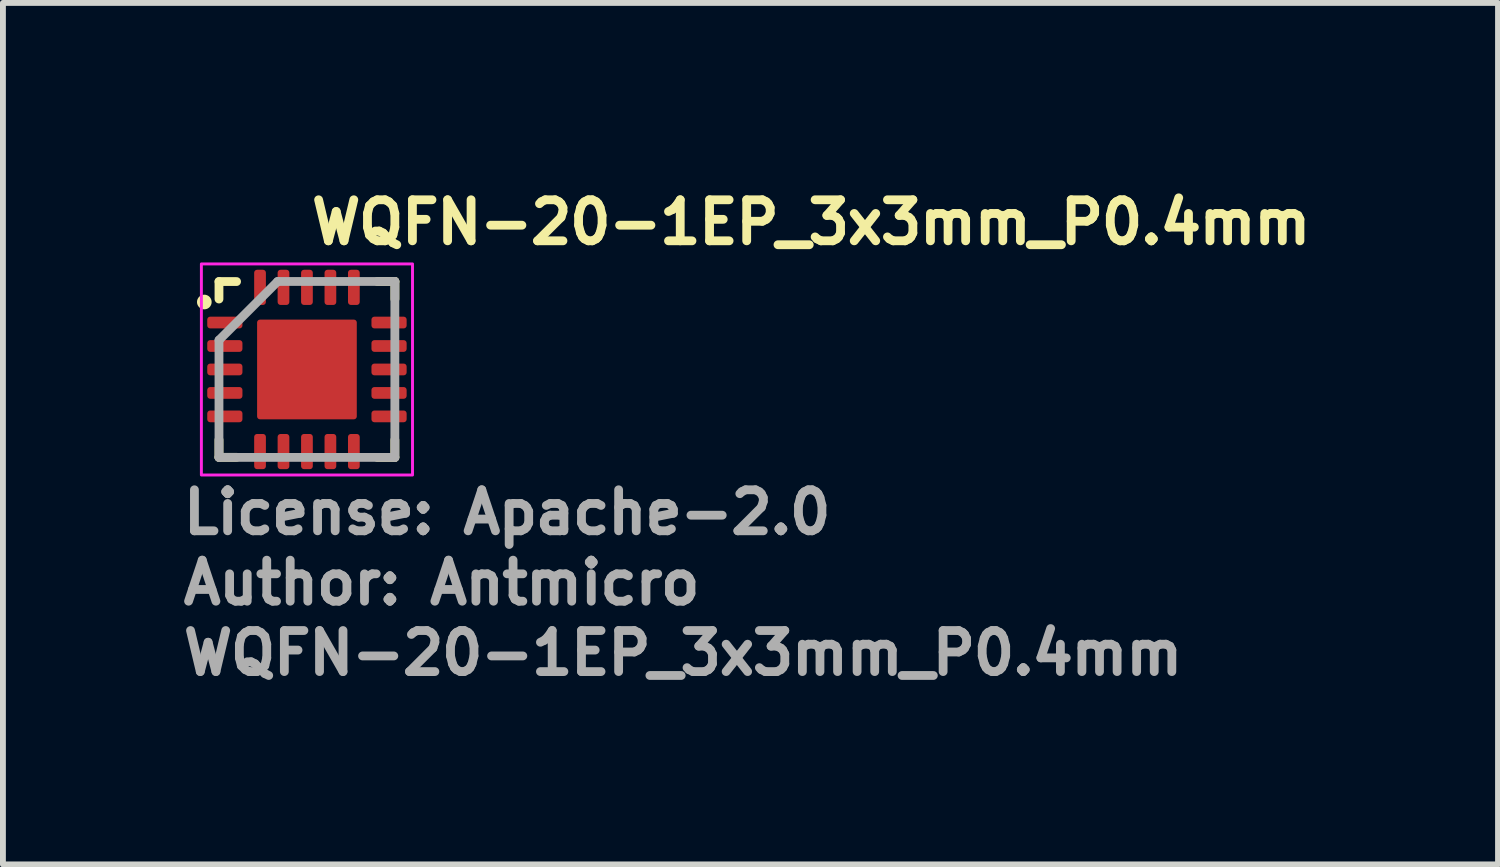
<source format=kicad_pcb>
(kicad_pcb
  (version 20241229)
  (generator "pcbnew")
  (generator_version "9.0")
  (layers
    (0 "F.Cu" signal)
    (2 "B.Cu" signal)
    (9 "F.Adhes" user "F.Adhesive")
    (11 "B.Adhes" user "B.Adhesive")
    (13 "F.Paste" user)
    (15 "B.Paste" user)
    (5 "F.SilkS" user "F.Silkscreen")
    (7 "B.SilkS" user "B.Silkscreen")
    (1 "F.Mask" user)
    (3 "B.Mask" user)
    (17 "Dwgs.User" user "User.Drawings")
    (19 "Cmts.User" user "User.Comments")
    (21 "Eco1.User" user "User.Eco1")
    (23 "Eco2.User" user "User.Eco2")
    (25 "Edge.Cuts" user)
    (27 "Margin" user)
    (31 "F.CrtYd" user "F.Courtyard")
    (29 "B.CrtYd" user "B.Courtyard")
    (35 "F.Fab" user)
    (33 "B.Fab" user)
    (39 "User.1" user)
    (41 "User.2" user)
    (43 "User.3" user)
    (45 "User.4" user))
  (footprint "WQFN-20-1EP_3x3mm_P0.4mm"
    (layer "F.Cu")
    (at 2.184 3.25)
    (property "Reference" "WQFN-20-1EP_3x3mm_P0.4mm" (at 0 -2.1 0) (layer "F.SilkS") (effects (font (size 0.7 0.7) (thickness 0.15)) (justify left bottom)))
    (attr smd)
    (fp_line (start -1.5 -1.499) (end -1.2 -1.499) (stroke (width 0.15) (type solid)) (layer "F.SilkS"))
    (fp_line (start -1.5 -1.201) (end -1.5 -1.499) (stroke (width 0.15) (type solid)) (layer "F.SilkS"))
    (fp_line (start -1.5 1.498) (end -1.5 1.2) (stroke (width 0.15) (type solid)) (layer "F.SilkS"))
    (fp_line (start -1.2 1.498) (end -1.5 1.498) (stroke (width 0.15) (type solid)) (layer "F.SilkS"))
    (fp_line (start 1.201 1.5) (end 1.499 1.5) (stroke (width 0.15) (type solid)) (layer "F.SilkS"))
    (fp_line (start 1.202 -1.5) (end 1.5 -1.5) (stroke (width 0.15) (type solid)) (layer "F.SilkS"))
    (fp_line (start 1.499 1.5) (end 1.499 1.202) (stroke (width 0.15) (type solid)) (layer "F.SilkS"))
    (fp_line (start 1.5 -1.5) (end 1.5 -1.2) (stroke (width 0.15) (type solid)) (layer "F.SilkS"))
    (fp_circle (center -1.75 -1.15) (end -1.7 -1.15) (stroke (width 0.15) (type solid)) (fill yes) (layer "F.SilkS"))
    (fp_rect (start -1.8 -1.8) (end 1.8 1.8) (stroke (width 0.05) (type solid)) (fill no) (layer "F.CrtYd"))
    (fp_line (start -1.5 -0.5) (end -1.5 1.499) (stroke (width 0.15) (type solid)) (layer "F.Fab"))
    (fp_line (start -1.5 1.499) (end 1.499 1.499) (stroke (width 0.15) (type solid)) (layer "F.Fab"))
    (fp_line (start -0.5 -1.5) (end -1.5 -0.5) (stroke (width 0.15) (type solid)) (layer "F.Fab"))
    (fp_line (start 1.499 -1.5) (end -0.5 -1.5) (stroke (width 0.15) (type solid)) (layer "F.Fab"))
    (fp_line (start 1.499 1.499) (end 1.499 -1.5) (stroke (width 0.15) (type solid)) (layer "F.Fab"))
    (fp_rect (start -1.5 -1.5) (end 1.499 1.499) (stroke (width 0.1) (type solid)) (fill no) (layer "User.5"))
    (fp_rect (start -1.5 -1.5) (end 1.499 1.499) (stroke (width 0.1) (type solid)) (fill no) (layer "User.5"))
    (fp_line (start -1.5 -0.952) (end -1.5 -0.85) (stroke (width 0.02) (type solid)) (layer "User.9"))
    (fp_line (start -1.5 -0.85) (end -1.45 -0.85) (stroke (width 0.02) (type solid)) (layer "User.9"))
    (fp_line (start -1.5 -0.5) (end -1.5 -0.403) (stroke (width 0.02) (type solid)) (layer "User.9"))
    (fp_line (start -1.5 -0.403) (end -1.45 -0.403) (stroke (width 0.02) (type solid)) (layer "User.9"))
    (fp_line (start -1.5 -0.053) (end -1.5 0.05) (stroke (width 0.02) (type solid)) (layer "User.9"))
    (fp_line (start -1.5 0.05) (end -1.45 0.05) (stroke (width 0.02) (type solid)) (layer "User.9"))
    (fp_line (start -1.5 0.4) (end -1.5 0.497) (stroke (width 0.02) (type solid)) (layer "User.9"))
    (fp_line (start -1.5 0.497) (end -1.45 0.497) (stroke (width 0.02) (type solid)) (layer "User.9"))
    (fp_line (start -1.5 0.847) (end -1.5 0.949) (stroke (width 0.02) (type solid)) (layer "User.9"))
    (fp_line (start -1.5 0.949) (end -1.45 0.949) (stroke (width 0.02) (type solid)) (layer "User.9"))
    (fp_line (start -1.45 -1.45) (end -1.45 1.449) (stroke (width 0.02) (type solid)) (layer "User.9"))
    (fp_line (start -1.45 -1.45) (end 1.449 -1.45) (stroke (width 0.02) (type solid)) (layer "User.9"))
    (fp_line (start -1.45 -0.952) (end -1.5 -0.952) (stroke (width 0.02) (type solid)) (layer "User.9"))
    (fp_line (start -1.45 -0.5) (end -1.5 -0.5) (stroke (width 0.02) (type solid)) (layer "User.9"))
    (fp_line (start -1.45 -0.053) (end -1.5 -0.053) (stroke (width 0.02) (type solid)) (layer "User.9"))
    (fp_line (start -1.45 0.4) (end -1.5 0.4) (stroke (width 0.02) (type solid)) (layer "User.9"))
    (fp_line (start -1.45 0.847) (end -1.5 0.847) (stroke (width 0.02) (type solid)) (layer "User.9"))
    (fp_line (start -1.45 1.449) (end 1.449 1.449) (stroke (width 0.02) (type solid)) (layer "User.9"))
    (fp_line (start -1.101 -1.012) (end -1.101 -1.006) (stroke (width 0.02) (type solid)) (layer "User.9"))
    (fp_line (start -1.101 -1.006) (end -1.101 -1) (stroke (width 0.02) (type solid)) (layer "User.9"))
    (fp_line (start -1.101 -1) (end -1.101 -1) (stroke (width 0.02) (type solid)) (layer "User.9"))
    (fp_line (start -1.101 -1) (end -1.101 -0.995) (stroke (width 0.02) (type solid)) (layer "User.9"))
    (fp_line (start -1.101 -0.995) (end -1.101 -0.99) (stroke (width 0.02) (type solid)) (layer "User.9"))
    (fp_line (start -1.101 -0.99) (end -1.099 -0.985) (stroke (width 0.02) (type solid)) (layer "User.9"))
    (fp_line (start -1.099 -1.022) (end -1.099 -1.016) (stroke (width 0.02) (type solid)) (layer "User.9"))
    (fp_line (start -1.099 -1.016) (end -1.101 -1.012) (stroke (width 0.02) (type solid)) (layer "User.9"))
    (fp_line (start -1.099 -0.985) (end -1.099 -0.98) (stroke (width 0.02) (type solid)) (layer "User.9"))
    (fp_line (start -1.099 -0.98) (end -1.097 -0.976) (stroke (width 0.02) (type solid)) (layer "User.9"))
    (fp_line (start -1.097 -1.031) (end -1.097 -1.025) (stroke (width 0.02) (type solid)) (layer "User.9"))
    (fp_line (start -1.097 -1.025) (end -1.099 -1.022) (stroke (width 0.02) (type solid)) (layer "User.9"))
    (fp_line (start -1.097 -0.976) (end -1.097 -0.971) (stroke (width 0.02) (type solid)) (layer "User.9"))
    (fp_line (start -1.097 -0.971) (end -1.095 -0.966) (stroke (width 0.02) (type solid)) (layer "User.9"))
    (fp_line (start -1.095 -1.035) (end -1.097 -1.031) (stroke (width 0.02) (type solid)) (layer "User.9"))
    (fp_line (start -1.095 -0.966) (end -1.093 -0.962) (stroke (width 0.02) (type solid)) (layer "User.9"))
    (fp_line (start -1.093 -1.039) (end -1.095 -1.035) (stroke (width 0.02) (type solid)) (layer "User.9"))
    (fp_line (start -1.093 -0.962) (end -1.091 -0.959) (stroke (width 0.02) (type solid)) (layer "User.9"))
    (fp_line (start -1.091 -1.045) (end -1.093 -1.039) (stroke (width 0.02) (type solid)) (layer "User.9"))
    (fp_line (start -1.091 -0.959) (end -1.089 -0.955) (stroke (width 0.02) (type solid)) (layer "User.9"))
    (fp_line (start -1.089 -1.049) (end -1.091 -1.045) (stroke (width 0.02) (type solid)) (layer "User.9"))
    (fp_line (start -1.089 -0.955) (end -1.087 -0.951) (stroke (width 0.02) (type solid)) (layer "User.9"))
    (fp_line (start -1.087 -1.053) (end -1.089 -1.049) (stroke (width 0.02) (type solid)) (layer "User.9"))
    (fp_line (start -1.087 -0.951) (end -1.083 -0.947) (stroke (width 0.02) (type solid)) (layer "User.9"))
    (fp_line (start -1.083 -1.057) (end -1.087 -1.053) (stroke (width 0.02) (type solid)) (layer "User.9"))
    (fp_line (start -1.083 -0.947) (end -1.081 -0.943) (stroke (width 0.02) (type solid)) (layer "User.9"))
    (fp_line (start -1.081 -1.061) (end -1.083 -1.057) (stroke (width 0.02) (type solid)) (layer "User.9"))
    (fp_line (start -1.081 -0.943) (end -1.079 -0.939) (stroke (width 0.02) (type solid)) (layer "User.9"))
    (fp_line (start -1.079 -1.065) (end -1.081 -1.061) (stroke (width 0.02) (type solid)) (layer "User.9"))
    (fp_line (start -1.079 -0.939) (end -1.075 -0.935) (stroke (width 0.02) (type solid)) (layer "User.9"))
    (fp_line (start -1.075 -1.069) (end -1.079 -1.065) (stroke (width 0.02) (type solid)) (layer "User.9"))
    (fp_line (start -1.075 -0.935) (end -1.071 -0.932) (stroke (width 0.02) (type solid)) (layer "User.9"))
    (fp_line (start -1.071 -1.071) (end -1.075 -1.069) (stroke (width 0.02) (type solid)) (layer "User.9"))
    (fp_line (start -1.071 -0.932) (end -1.069 -0.928) (stroke (width 0.02) (type solid)) (layer "User.9"))
    (fp_line (start -1.069 -1.075) (end -1.071 -1.071) (stroke (width 0.02) (type solid)) (layer "User.9"))
    (fp_line (start -1.069 -0.928) (end -1.065 -0.925) (stroke (width 0.02) (type solid)) (layer "User.9"))
    (fp_line (start -1.065 -1.079) (end -1.069 -1.075) (stroke (width 0.02) (type solid)) (layer "User.9"))
    (fp_line (start -1.065 -0.925) (end -1.061 -0.922) (stroke (width 0.02) (type solid)) (layer "User.9"))
    (fp_line (start -1.061 -1.081) (end -1.065 -1.079) (stroke (width 0.02) (type solid)) (layer "User.9"))
    (fp_line (start -1.061 -0.922) (end -1.057 -0.92) (stroke (width 0.02) (type solid)) (layer "User.9"))
    (fp_line (start -1.057 -1.083) (end -1.061 -1.081) (stroke (width 0.02) (type solid)) (layer "User.9"))
    (fp_line (start -1.057 -0.92) (end -1.053 -0.917) (stroke (width 0.02) (type solid)) (layer "User.9"))
    (fp_line (start -1.053 -1.087) (end -1.057 -1.083) (stroke (width 0.02) (type solid)) (layer "User.9"))
    (fp_line (start -1.053 -0.917) (end -1.049 -0.915) (stroke (width 0.02) (type solid)) (layer "User.9"))
    (fp_line (start -1.049 -1.089) (end -1.053 -1.087) (stroke (width 0.02) (type solid)) (layer "User.9"))
    (fp_line (start -1.049 -0.915) (end -1.045 -0.912) (stroke (width 0.02) (type solid)) (layer "User.9"))
    (fp_line (start -1.045 -1.091) (end -1.049 -1.089) (stroke (width 0.02) (type solid)) (layer "User.9"))
    (fp_line (start -1.045 -0.912) (end -1.039 -0.91) (stroke (width 0.02) (type solid)) (layer "User.9"))
    (fp_line (start -1.039 -1.093) (end -1.045 -1.091) (stroke (width 0.02) (type solid)) (layer "User.9"))
    (fp_line (start -1.039 -0.91) (end -1.035 -0.909) (stroke (width 0.02) (type solid)) (layer "User.9"))
    (fp_line (start -1.035 -1.095) (end -1.039 -1.093) (stroke (width 0.02) (type solid)) (layer "User.9"))
    (fp_line (start -1.035 -0.909) (end -1.031 -0.907) (stroke (width 0.02) (type solid)) (layer "User.9"))
    (fp_line (start -1.031 -1.097) (end -1.035 -1.095) (stroke (width 0.02) (type solid)) (layer "User.9"))
    (fp_line (start -1.031 -0.907) (end -1.025 -0.906) (stroke (width 0.02) (type solid)) (layer "User.9"))
    (fp_line (start -1.025 -1.097) (end -1.031 -1.097) (stroke (width 0.02) (type solid)) (layer "User.9"))
    (fp_line (start -1.025 -0.906) (end -1.022 -0.905) (stroke (width 0.02) (type solid)) (layer "User.9"))
    (fp_line (start -1.022 -1.099) (end -1.025 -1.097) (stroke (width 0.02) (type solid)) (layer "User.9"))
    (fp_line (start -1.022 -0.905) (end -1.016 -0.904) (stroke (width 0.02) (type solid)) (layer "User.9"))
    (fp_line (start -1.016 -1.099) (end -1.022 -1.099) (stroke (width 0.02) (type solid)) (layer "User.9"))
    (fp_line (start -1.016 -0.904) (end -1.012 -0.903) (stroke (width 0.02) (type solid)) (layer "User.9"))
    (fp_line (start -1.012 -1.101) (end -1.016 -1.099) (stroke (width 0.02) (type solid)) (layer "User.9"))
    (fp_line (start -1.012 -0.903) (end -1.006 -0.903) (stroke (width 0.02) (type solid)) (layer "User.9"))
    (fp_line (start -1.006 -1.101) (end -1.012 -1.101) (stroke (width 0.02) (type solid)) (layer "User.9"))
    (fp_line (start -1.006 -0.903) (end -1 -0.903) (stroke (width 0.02) (type solid)) (layer "User.9"))
    (fp_line (start -1 -1.101) (end -1.006 -1.101) (stroke (width 0.02) (type solid)) (layer "User.9"))
    (fp_line (start -1 -1.101) (end -1 -1.101) (stroke (width 0.02) (type solid)) (layer "User.9"))
    (fp_line (start -1 -0.903) (end -1 -0.903) (stroke (width 0.02) (type solid)) (layer "User.9"))
    (fp_line (start -1 -0.903) (end -0.995 -0.903) (stroke (width 0.02) (type solid)) (layer "User.9"))
    (fp_line (start -0.995 -1.101) (end -1 -1.101) (stroke (width 0.02) (type solid)) (layer "User.9"))
    (fp_line (start -0.995 -0.903) (end -0.99 -0.903) (stroke (width 0.02) (type solid)) (layer "User.9"))
    (fp_line (start -0.99 -1.101) (end -0.995 -1.101) (stroke (width 0.02) (type solid)) (layer "User.9"))
    (fp_line (start -0.99 -0.903) (end -0.985 -0.904) (stroke (width 0.02) (type solid)) (layer "User.9"))
    (fp_line (start -0.985 -1.099) (end -0.99 -1.101) (stroke (width 0.02) (type solid)) (layer "User.9"))
    (fp_line (start -0.985 -0.904) (end -0.98 -0.905) (stroke (width 0.02) (type solid)) (layer "User.9"))
    (fp_line (start -0.98 -1.099) (end -0.985 -1.099) (stroke (width 0.02) (type solid)) (layer "User.9"))
    (fp_line (start -0.98 -0.905) (end -0.976 -0.906) (stroke (width 0.02) (type solid)) (layer "User.9"))
    (fp_line (start -0.976 -1.097) (end -0.98 -1.099) (stroke (width 0.02) (type solid)) (layer "User.9"))
    (fp_line (start -0.976 -0.906) (end -0.971 -0.907) (stroke (width 0.02) (type solid)) (layer "User.9"))
    (fp_line (start -0.971 -1.097) (end -0.976 -1.097) (stroke (width 0.02) (type solid)) (layer "User.9"))
    (fp_line (start -0.971 -0.907) (end -0.966 -0.909) (stroke (width 0.02) (type solid)) (layer "User.9"))
    (fp_line (start -0.966 -1.095) (end -0.971 -1.097) (stroke (width 0.02) (type solid)) (layer "User.9"))
    (fp_line (start -0.966 -0.909) (end -0.962 -0.91) (stroke (width 0.02) (type solid)) (layer "User.9"))
    (fp_line (start -0.962 -1.093) (end -0.966 -1.095) (stroke (width 0.02) (type solid)) (layer "User.9"))
    (fp_line (start -0.962 -0.91) (end -0.959 -0.912) (stroke (width 0.02) (type solid)) (layer "User.9"))
    (fp_line (start -0.959 -1.091) (end -0.962 -1.093) (stroke (width 0.02) (type solid)) (layer "User.9"))
    (fp_line (start -0.959 -0.912) (end -0.955 -0.915) (stroke (width 0.02) (type solid)) (layer "User.9"))
    (fp_line (start -0.955 -1.089) (end -0.959 -1.091) (stroke (width 0.02) (type solid)) (layer "User.9"))
    (fp_line (start -0.955 -0.915) (end -0.951 -0.917) (stroke (width 0.02) (type solid)) (layer "User.9"))
    (fp_line (start -0.952 -1.5) (end -0.952 -1.45) (stroke (width 0.02) (type solid)) (layer "User.9"))
    (fp_line (start -0.952 1.449) (end -0.952 1.499) (stroke (width 0.02) (type solid)) (layer "User.9"))
    (fp_line (start -0.952 1.499) (end -0.85 1.499) (stroke (width 0.02) (type solid)) (layer "User.9"))
    (fp_line (start -0.951 -1.087) (end -0.955 -1.089) (stroke (width 0.02) (type solid)) (layer "User.9"))
    (fp_line (start -0.951 -0.917) (end -0.947 -0.92) (stroke (width 0.02) (type solid)) (layer "User.9"))
    (fp_line (start -0.947 -1.083) (end -0.951 -1.087) (stroke (width 0.02) (type solid)) (layer "User.9"))
    (fp_line (start -0.947 -0.92) (end -0.943 -0.922) (stroke (width 0.02) (type solid)) (layer "User.9"))
    (fp_line (start -0.943 -1.081) (end -0.947 -1.083) (stroke (width 0.02) (type solid)) (layer "User.9"))
    (fp_line (start -0.943 -0.922) (end -0.939 -0.925) (stroke (width 0.02) (type solid)) (layer "User.9"))
    (fp_line (start -0.939 -1.079) (end -0.943 -1.081) (stroke (width 0.02) (type solid)) (layer "User.9"))
    (fp_line (start -0.939 -0.925) (end -0.935 -0.928) (stroke (width 0.02) (type solid)) (layer "User.9"))
    (fp_line (start -0.935 -1.075) (end -0.939 -1.079) (stroke (width 0.02) (type solid)) (layer "User.9"))
    (fp_line (start -0.935 -0.928) (end -0.932 -0.932) (stroke (width 0.02) (type solid)) (layer "User.9"))
    (fp_line (start -0.932 -1.071) (end -0.935 -1.075) (stroke (width 0.02) (type solid)) (layer "User.9"))
    (fp_line (start -0.932 -0.932) (end -0.928 -0.935) (stroke (width 0.02) (type solid)) (layer "User.9"))
    (fp_line (start -0.928 -1.069) (end -0.932 -1.071) (stroke (width 0.02) (type solid)) (layer "User.9"))
    (fp_line (start -0.928 -0.935) (end -0.925 -0.939) (stroke (width 0.02) (type solid)) (layer "User.9"))
    (fp_line (start -0.925 -1.065) (end -0.928 -1.069) (stroke (width 0.02) (type solid)) (layer "User.9"))
    (fp_line (start -0.925 -0.939) (end -0.922 -0.943) (stroke (width 0.02) (type solid)) (layer "User.9"))
    (fp_line (start -0.922 -1.061) (end -0.925 -1.065) (stroke (width 0.02) (type solid)) (layer "User.9"))
    (fp_line (start -0.922 -0.943) (end -0.92 -0.947) (stroke (width 0.02) (type solid)) (layer "User.9"))
    (fp_line (start -0.92 -1.057) (end -0.922 -1.061) (stroke (width 0.02) (type solid)) (layer "User.9"))
    (fp_line (start -0.92 -0.947) (end -0.917 -0.951) (stroke (width 0.02) (type solid)) (layer "User.9"))
    (fp_line (start -0.917 -1.053) (end -0.92 -1.057) (stroke (width 0.02) (type solid)) (layer "User.9"))
    (fp_line (start -0.917 -0.951) (end -0.915 -0.955) (stroke (width 0.02) (type solid)) (layer "User.9"))
    (fp_line (start -0.915 -1.049) (end -0.917 -1.053) (stroke (width 0.02) (type solid)) (layer "User.9"))
    (fp_line (start -0.915 -0.955) (end -0.912 -0.959) (stroke (width 0.02) (type solid)) (layer "User.9"))
    (fp_line (start -0.912 -1.045) (end -0.915 -1.049) (stroke (width 0.02) (type solid)) (layer "User.9"))
    (fp_line (start -0.912 -0.959) (end -0.91 -0.962) (stroke (width 0.02) (type solid)) (layer "User.9"))
    (fp_line (start -0.91 -1.039) (end -0.912 -1.045) (stroke (width 0.02) (type solid)) (layer "User.9"))
    (fp_line (start -0.91 -0.962) (end -0.909 -0.966) (stroke (width 0.02) (type solid)) (layer "User.9"))
    (fp_line (start -0.909 -1.035) (end -0.91 -1.039) (stroke (width 0.02) (type solid)) (layer "User.9"))
    (fp_line (start -0.909 -0.966) (end -0.907 -0.971) (stroke (width 0.02) (type solid)) (layer "User.9"))
    (fp_line (start -0.907 -1.031) (end -0.909 -1.035) (stroke (width 0.02) (type solid)) (layer "User.9"))
    (fp_line (start -0.907 -0.971) (end -0.906 -0.976) (stroke (width 0.02) (type solid)) (layer "User.9"))
    (fp_line (start -0.906 -1.025) (end -0.907 -1.031) (stroke (width 0.02) (type solid)) (layer "User.9"))
    (fp_line (start -0.906 -0.976) (end -0.905 -0.98) (stroke (width 0.02) (type solid)) (layer "User.9"))
    (fp_line (start -0.905 -1.022) (end -0.906 -1.025) (stroke (width 0.02) (type solid)) (layer "User.9"))
    (fp_line (start -0.905 -0.98) (end -0.904 -0.985) (stroke (width 0.02) (type solid)) (layer "User.9"))
    (fp_line (start -0.904 -1.016) (end -0.905 -1.022) (stroke (width 0.02) (type solid)) (layer "User.9"))
    (fp_line (start -0.904 -0.985) (end -0.903 -0.99) (stroke (width 0.02) (type solid)) (layer "User.9"))
    (fp_line (start -0.903 -1.012) (end -0.904 -1.016) (stroke (width 0.02) (type solid)) (layer "User.9"))
    (fp_line (start -0.903 -1.006) (end -0.903 -1.012) (stroke (width 0.02) (type solid)) (layer "User.9"))
    (fp_line (start -0.903 -1) (end -0.903 -1.006) (stroke (width 0.02) (type solid)) (layer "User.9"))
    (fp_line (start -0.903 -1) (end -0.903 -1) (stroke (width 0.02) (type solid)) (layer "User.9"))
    (fp_line (start -0.903 -1) (end -0.903 -1) (stroke (width 0.02) (type solid)) (layer "User.9"))
    (fp_line (start -0.903 -0.995) (end -0.903 -1) (stroke (width 0.02) (type solid)) (layer "User.9"))
    (fp_line (start -0.903 -0.99) (end -0.903 -0.995) (stroke (width 0.02) (type solid)) (layer "User.9"))
    (fp_line (start -0.85 -1.5) (end -0.952 -1.5) (stroke (width 0.02) (type solid)) (layer "User.9"))
    (fp_line (start -0.85 -1.45) (end -0.85 -1.5) (stroke (width 0.02) (type solid)) (layer "User.9"))
    (fp_line (start -0.85 1.499) (end -0.85 1.449) (stroke (width 0.02) (type solid)) (layer "User.9"))
    (fp_line (start -0.5 -1.5) (end -0.5 -1.45) (stroke (width 0.02) (type solid)) (layer "User.9"))
    (fp_line (start -0.5 1.449) (end -0.5 1.499) (stroke (width 0.02) (type solid)) (layer "User.9"))
    (fp_line (start -0.5 1.499) (end -0.403 1.499) (stroke (width 0.02) (type solid)) (layer "User.9"))
    (fp_line (start -0.403 -1.5) (end -0.5 -1.5) (stroke (width 0.02) (type solid)) (layer "User.9"))
    (fp_line (start -0.403 -1.45) (end -0.403 -1.5) (stroke (width 0.02) (type solid)) (layer "User.9"))
    (fp_line (start -0.403 1.499) (end -0.403 1.449) (stroke (width 0.02) (type solid)) (layer "User.9"))
    (fp_line (start -0.053 -1.5) (end -0.053 -1.45) (stroke (width 0.02) (type solid)) (layer "User.9"))
    (fp_line (start -0.053 1.449) (end -0.053 1.499) (stroke (width 0.02) (type solid)) (layer "User.9"))
    (fp_line (start -0.053 1.499) (end 0.05 1.499) (stroke (width 0.02) (type solid)) (layer "User.9"))
    (fp_line (start 0.05 -1.5) (end -0.053 -1.5) (stroke (width 0.02) (type solid)) (layer "User.9"))
    (fp_line (start 0.05 -1.45) (end 0.05 -1.5) (stroke (width 0.02) (type solid)) (layer "User.9"))
    (fp_line (start 0.05 1.499) (end 0.05 1.449) (stroke (width 0.02) (type solid)) (layer "User.9"))
    (fp_line (start 0.4 -1.5) (end 0.4 -1.45) (stroke (width 0.02) (type solid)) (layer "User.9"))
    (fp_line (start 0.4 1.449) (end 0.4 1.499) (stroke (width 0.02) (type solid)) (layer "User.9"))
    (fp_line (start 0.4 1.499) (end 0.497 1.499) (stroke (width 0.02) (type solid)) (layer "User.9"))
    (fp_line (start 0.497 -1.5) (end 0.4 -1.5) (stroke (width 0.02) (type solid)) (layer "User.9"))
    (fp_line (start 0.497 -1.45) (end 0.497 -1.5) (stroke (width 0.02) (type solid)) (layer "User.9"))
    (fp_line (start 0.497 1.499) (end 0.497 1.449) (stroke (width 0.02) (type solid)) (layer "User.9"))
    (fp_line (start 0.847 -1.5) (end 0.847 -1.45) (stroke (width 0.02) (type solid)) (layer "User.9"))
    (fp_line (start 0.847 1.449) (end 0.847 1.499) (stroke (width 0.02) (type solid)) (layer "User.9"))
    (fp_line (start 0.847 1.499) (end 0.949 1.499) (stroke (width 0.02) (type solid)) (layer "User.9"))
    (fp_line (start 0.949 -1.5) (end 0.847 -1.5) (stroke (width 0.02) (type solid)) (layer "User.9"))
    (fp_line (start 0.949 -1.45) (end 0.949 -1.5) (stroke (width 0.02) (type solid)) (layer "User.9"))
    (fp_line (start 0.949 1.499) (end 0.949 1.449) (stroke (width 0.02) (type solid)) (layer "User.9"))
    (fp_line (start 1.449 -1.45) (end 1.449 1.449) (stroke (width 0.02) (type solid)) (layer "User.9"))
    (fp_line (start 1.449 -0.85) (end 1.499 -0.85) (stroke (width 0.02) (type solid)) (layer "User.9"))
    (fp_line (start 1.449 -0.403) (end 1.499 -0.403) (stroke (width 0.02) (type solid)) (layer "User.9"))
    (fp_line (start 1.449 0.05) (end 1.499 0.05) (stroke (width 0.02) (type solid)) (layer "User.9"))
    (fp_line (start 1.449 0.497) (end 1.499 0.497) (stroke (width 0.02) (type solid)) (layer "User.9"))
    (fp_line (start 1.449 0.949) (end 1.499 0.949) (stroke (width 0.02) (type solid)) (layer "User.9"))
    (fp_line (start 1.499 -0.952) (end 1.449 -0.952) (stroke (width 0.02) (type solid)) (layer "User.9"))
    (fp_line (start 1.499 -0.85) (end 1.499 -0.952) (stroke (width 0.02) (type solid)) (layer "User.9"))
    (fp_line (start 1.499 -0.5) (end 1.449 -0.5) (stroke (width 0.02) (type solid)) (layer "User.9"))
    (fp_line (start 1.499 -0.403) (end 1.499 -0.5) (stroke (width 0.02) (type solid)) (layer "User.9"))
    (fp_line (start 1.499 -0.053) (end 1.449 -0.053) (stroke (width 0.02) (type solid)) (layer "User.9"))
    (fp_line (start 1.499 0.05) (end 1.499 -0.053) (stroke (width 0.02) (type solid)) (layer "User.9"))
    (fp_line (start 1.499 0.4) (end 1.449 0.4) (stroke (width 0.02) (type solid)) (layer "User.9"))
    (fp_line (start 1.499 0.497) (end 1.499 0.4) (stroke (width 0.02) (type solid)) (layer "User.9"))
    (fp_line (start 1.499 0.847) (end 1.449 0.847) (stroke (width 0.02) (type solid)) (layer "User.9"))
    (fp_line (start 1.499 0.949) (end 1.499 0.847) (stroke (width 0.02) (type solid)) (layer "User.9"))
    (fp_text user "Author: Antmicro" (at -2.184 4.045 0) (layer "F.Fab") (effects (font (size 0.7 0.7) (thickness 0.15)) (justify left bottom)))
    (fp_text user "License: Apache-2.0" (at -2.184 2.845 0) (layer "F.Fab") (effects (font (size 0.7 0.7) (thickness 0.15)) (justify left bottom)))
    (fp_text user "${REFERENCE}" (at -2.184 5.245 0) (layer "F.Fab") (effects (font (size 0.7 0.7) (thickness 0.15)) (justify left bottom)))
    (pad "1" smd roundrect (at -1.4 -0.8 90) (size 0.2 0.6) (layers "F.Cu" "F.Mask" "F.Paste") (roundrect_rratio 0.25))
    (pad "2" smd roundrect (at -1.4 -0.4 90) (size 0.2 0.6) (layers "F.Cu" "F.Mask" "F.Paste") (roundrect_rratio 0.25))
    (pad "3" smd roundrect (at -1.4 0 90) (size 0.2 0.6) (layers "F.Cu" "F.Mask" "F.Paste") (roundrect_rratio 0.25))
    (pad "4" smd roundrect (at -1.4 0.4 90) (size 0.2 0.6) (layers "F.Cu" "F.Mask" "F.Paste") (roundrect_rratio 0.25))
    (pad "5" smd roundrect (at -1.4 0.8 90) (size 0.2 0.6) (layers "F.Cu" "F.Mask" "F.Paste") (roundrect_rratio 0.25))
    (pad "6" smd roundrect (at -0.8 1.4) (size 0.2 0.6) (layers "F.Cu" "F.Mask" "F.Paste") (roundrect_rratio 0.25))
    (pad "7" smd roundrect (at -0.4 1.4) (size 0.2 0.6) (layers "F.Cu" "F.Mask" "F.Paste") (roundrect_rratio 0.25))
    (pad "8" smd roundrect (at 0 1.4) (size 0.2 0.6) (layers "F.Cu" "F.Mask" "F.Paste") (roundrect_rratio 0.25))
    (pad "9" smd roundrect (at 0.4 1.4) (size 0.2 0.6) (layers "F.Cu" "F.Mask" "F.Paste") (roundrect_rratio 0.25))
    (pad "10" smd roundrect (at 0.8 1.4) (size 0.2 0.6) (layers "F.Cu" "F.Mask" "F.Paste") (roundrect_rratio 0.25))
    (pad "11" smd roundrect (at 1.4 0.8 90) (size 0.2 0.6) (layers "F.Cu" "F.Mask" "F.Paste") (roundrect_rratio 0.25))
    (pad "12" smd roundrect (at 1.4 0.4 90) (size 0.2 0.6) (layers "F.Cu" "F.Mask" "F.Paste") (roundrect_rratio 0.25))
    (pad "13" smd roundrect (at 1.4 0 90) (size 0.2 0.6) (layers "F.Cu" "F.Mask" "F.Paste") (roundrect_rratio 0.25))
    (pad "14" smd roundrect (at 1.4 -0.4 90) (size 0.2 0.6) (layers "F.Cu" "F.Mask" "F.Paste") (roundrect_rratio 0.25))
    (pad "15" smd roundrect (at 1.4 -0.8 90) (size 0.2 0.6) (layers "F.Cu" "F.Mask" "F.Paste") (roundrect_rratio 0.25))
    (pad "16" smd roundrect (at 0.8 -1.4) (size 0.2 0.6) (layers "F.Cu" "F.Mask" "F.Paste") (roundrect_rratio 0.25))
    (pad "17" smd roundrect (at 0.4 -1.4) (size 0.2 0.6) (layers "F.Cu" "F.Mask" "F.Paste") (roundrect_rratio 0.25))
    (pad "18" smd roundrect (at 0 -1.4) (size 0.2 0.6) (layers "F.Cu" "F.Mask" "F.Paste") (roundrect_rratio 0.25))
    (pad "19" smd roundrect (at -0.4 -1.4) (size 0.2 0.6) (layers "F.Cu" "F.Mask" "F.Paste") (roundrect_rratio 0.25))
    (pad "20" smd roundrect (at -0.8 -1.4) (size 0.2 0.6) (layers "F.Cu" "F.Mask" "F.Paste") (roundrect_rratio 0.25))
    (pad "21" smd roundrect (at 0 0) (size 1.7 1.7) (layers "F.Cu" "F.Mask" "F.Paste") (roundrect_rratio 0.029)))
  (gr_rect
    (start -3 -3)
    (end 22.494 11.69)
    (stroke (width 0.1) (type default))
    (fill no)
    (layer "Edge.Cuts")))
</source>
